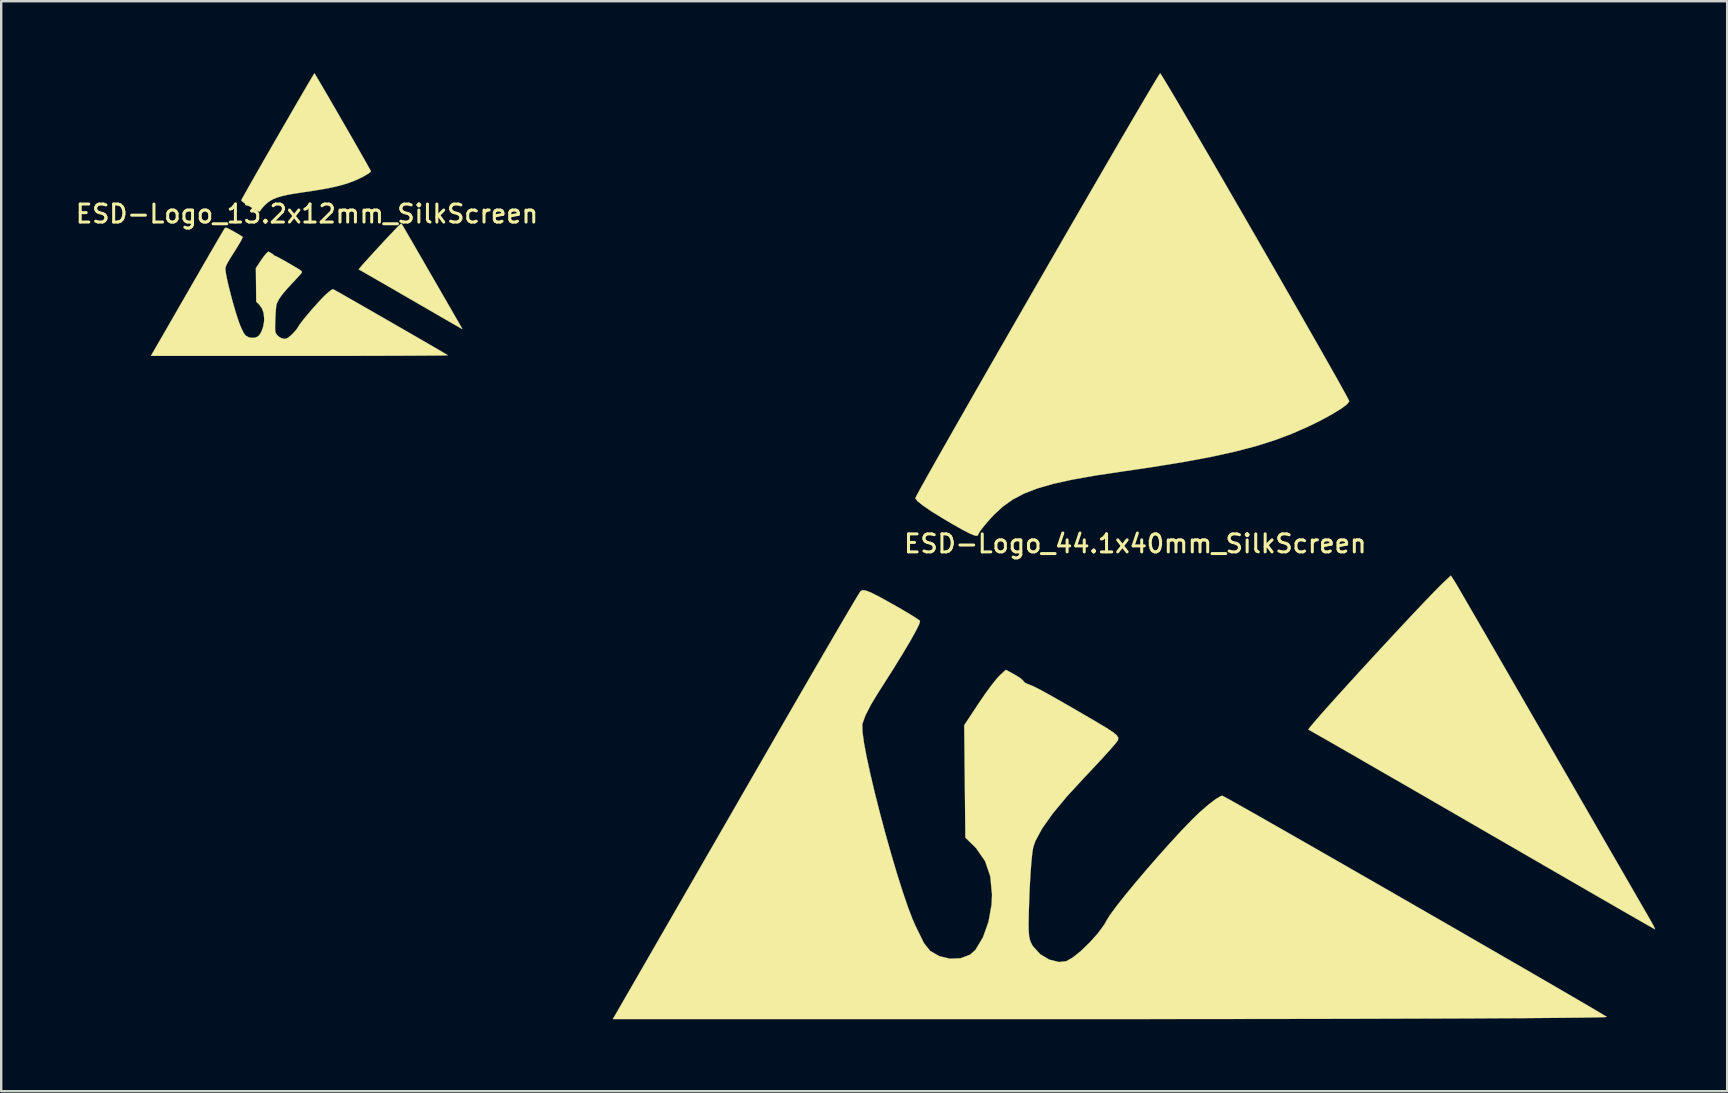
<source format=kicad_pcb>
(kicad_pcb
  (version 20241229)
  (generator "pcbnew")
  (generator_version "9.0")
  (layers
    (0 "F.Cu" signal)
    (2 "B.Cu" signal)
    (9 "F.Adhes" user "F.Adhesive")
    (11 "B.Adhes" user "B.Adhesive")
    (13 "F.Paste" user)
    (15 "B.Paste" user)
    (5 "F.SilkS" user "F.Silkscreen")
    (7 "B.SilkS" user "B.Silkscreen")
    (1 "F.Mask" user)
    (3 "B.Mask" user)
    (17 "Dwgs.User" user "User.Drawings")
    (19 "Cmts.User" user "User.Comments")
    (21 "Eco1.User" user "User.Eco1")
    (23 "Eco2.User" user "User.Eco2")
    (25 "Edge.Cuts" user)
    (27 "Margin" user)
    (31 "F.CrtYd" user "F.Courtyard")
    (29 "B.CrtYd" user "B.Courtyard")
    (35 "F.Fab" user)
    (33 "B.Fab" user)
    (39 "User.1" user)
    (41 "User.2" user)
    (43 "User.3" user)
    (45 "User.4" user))
  (footprint "ESD-Logo_13.2x12mm_SilkScreen"
    (layer "F.Cu")
    (at 9.738 5.859)
    (property "Reference" "ESD-Logo_13.2x12mm_SilkScreen" (at 0 0 0) (layer "F.SilkS") (effects (font (size 0.75 0.75) (thickness 0.125))))
    (attr exclude_from_pos_files exclude_from_bom allow_missing_courtyard)
    (fp_poly (pts (xy 3.975 0.469) (xy 3.998 0.507) (xy 4.049 0.595) (xy 4.126 0.727) (xy 4.226 0.9) (xy 4.348 1.109) (xy 4.487 1.35) (xy 4.642 1.619) (xy 4.811 1.91) (xy 4.99 2.221) (xy 5.174 2.54) (xy 5.362 2.866) (xy 5.543 3.179) (xy 5.713 3.475) (xy 5.871 3.748) (xy 6.014 3.995) (xy 6.138 4.211) (xy 6.242 4.391) (xy 6.322 4.53) (xy 6.377 4.625) (xy 6.403 4.67) (xy 6.445 4.745) (xy 6.468 4.792) (xy 6.469 4.8) (xy 6.441 4.784) (xy 6.364 4.74) (xy 6.241 4.67) (xy 6.077 4.575) (xy 5.875 4.459) (xy 5.64 4.324) (xy 5.375 4.171) (xy 5.085 4.003) (xy 4.774 3.824) (xy 4.446 3.634) (xy 4.321 3.561) (xy 3.987 3.368) (xy 3.668 3.184) (xy 3.369 3.011) (xy 3.093 2.852) (xy 2.844 2.709) (xy 2.628 2.584) (xy 2.447 2.48) (xy 2.306 2.399) (xy 2.208 2.344) (xy 2.159 2.317) (xy 2.154 2.314) (xy 2.169 2.29) (xy 2.221 2.228) (xy 2.305 2.131) (xy 2.415 2.007) (xy 2.547 1.861) (xy 2.694 1.699) (xy 2.852 1.526) (xy 3.015 1.349) (xy 3.179 1.172) (xy 3.336 1.003) (xy 3.483 0.847) (xy 3.614 0.709) (xy 3.723 0.595) (xy 3.806 0.512) (xy 3.834 0.485) (xy 3.928 0.396) (xy 3.975 0.469)) (stroke (width 0.01) (type solid)) (fill yes) (layer "F.SilkS"))
    (fp_poly (pts (xy 0.328 -5.828) (xy 0.374 -5.754) (xy 0.445 -5.635) (xy 0.538 -5.478) (xy 0.65 -5.287) (xy 0.778 -5.067) (xy 0.92 -4.825) (xy 1.071 -4.563) (xy 1.231 -4.288) (xy 1.394 -4.005) (xy 1.56 -3.718) (xy 1.724 -3.433) (xy 1.884 -3.155) (xy 2.037 -2.888) (xy 2.179 -2.638) (xy 2.309 -2.411) (xy 2.423 -2.21) (xy 2.519 -2.04) (xy 2.592 -1.908) (xy 2.641 -1.818) (xy 2.663 -1.775) (xy 2.664 -1.773) (xy 2.637 -1.736) (xy 2.562 -1.68) (xy 2.448 -1.611) (xy 2.305 -1.532) (xy 2.154 -1.458) (xy 1.949 -1.368) (xy 1.734 -1.288) (xy 1.5 -1.214) (xy 1.241 -1.146) (xy 0.949 -1.082) (xy 0.617 -1.02) (xy 0.238 -0.958) (xy -0.155 -0.9) (xy -0.496 -0.848) (xy -0.783 -0.798) (xy -1.022 -0.745) (xy -1.221 -0.687) (xy -1.386 -0.623) (xy -1.526 -0.549) (xy -1.647 -0.463) (xy -1.756 -0.362) (xy -1.792 -0.325) (xy -1.868 -0.238) (xy -1.925 -0.167) (xy -1.951 -0.125) (xy -1.951 -0.121) (xy -1.961 -0.1) (xy -1.992 -0.1) (xy -2.053 -0.123) (xy -2.15 -0.173) (xy -2.289 -0.252) (xy -2.385 -0.309) (xy -2.529 -0.398) (xy -2.641 -0.473) (xy -2.713 -0.531) (xy -2.738 -0.565) (xy -2.738 -0.565) (xy -2.722 -0.598) (xy -2.678 -0.679) (xy -2.608 -0.805) (xy -2.515 -0.97) (xy -2.401 -1.172) (xy -2.269 -1.404) (xy -2.122 -1.663) (xy -1.961 -1.944) (xy -1.79 -2.243) (xy -1.61 -2.555) (xy -1.426 -2.877) (xy -1.238 -3.203) (xy -1.05 -3.529) (xy -0.864 -3.85) (xy -0.683 -4.163) (xy -0.51 -4.463) (xy -0.346 -4.745) (xy -0.195 -5.005) (xy -0.058 -5.238) (xy 0.06 -5.441) (xy 0.159 -5.608) (xy 0.235 -5.736) (xy 0.286 -5.819) (xy 0.309 -5.854) (xy 0.31 -5.854) (xy 0.328 -5.828)) (stroke (width 0.01) (type solid)) (fill yes) (layer "F.SilkS"))
    (fp_poly (pts (xy -3.356 0.582) (xy -3.291 0.607) (xy -3.192 0.657) (xy -3.049 0.736) (xy -3.038 0.742) (xy -2.907 0.817) (xy -2.796 0.883) (xy -2.717 0.932) (xy -2.68 0.96) (xy -2.679 0.961) (xy -2.688 0.999) (xy -2.729 1.083) (xy -2.8 1.21) (xy -2.897 1.374) (xy -3.019 1.57) (xy -3.162 1.795) (xy -3.197 1.85) (xy -3.29 2.003) (xy -3.357 2.135) (xy -3.394 2.234) (xy -3.397 2.253) (xy -3.396 2.339) (xy -3.377 2.474) (xy -3.344 2.652) (xy -3.299 2.862) (xy -3.243 3.096) (xy -3.18 3.345) (xy -3.112 3.601) (xy -3.04 3.855) (xy -2.968 4.098) (xy -2.898 4.322) (xy -2.831 4.518) (xy -2.771 4.676) (xy -2.729 4.77) (xy -2.679 4.87) (xy -2.633 4.966) (xy -2.63 4.972) (xy -2.553 5.068) (xy -2.44 5.134) (xy -2.308 5.165) (xy -2.175 5.16) (xy -2.058 5.116) (xy -1.991 5.059) (xy -1.896 4.901) (xy -1.827 4.705) (xy -1.788 4.49) (xy -1.783 4.368) (xy -1.805 4.14) (xy -1.869 3.951) (xy -1.979 3.793) (xy -2.013 3.757) (xy -2.115 3.658) (xy -2.129 2.259) (xy -1.95 1.989) (xy -1.867 1.867) (xy -1.786 1.757) (xy -1.72 1.675) (xy -1.692 1.644) (xy -1.611 1.57) (xy -1.503 1.628) (xy -1.434 1.67) (xy -1.396 1.703) (xy -1.394 1.709) (xy -1.368 1.733) (xy -1.324 1.752) (xy -1.282 1.769) (xy -1.217 1.8) (xy -1.123 1.85) (xy -0.996 1.921) (xy -0.83 2.016) (xy -0.619 2.139) (xy -0.504 2.206) (xy -0.369 2.286) (xy -0.28 2.343) (xy -0.23 2.384) (xy -0.211 2.415) (xy -0.215 2.443) (xy -0.218 2.45) (xy -0.249 2.491) (xy -0.316 2.567) (xy -0.41 2.671) (xy -0.524 2.794) (xy -0.623 2.898) (xy -0.85 3.145) (xy -1.028 3.359) (xy -1.158 3.542) (xy -1.241 3.697) (xy -1.27 3.776) (xy -1.281 3.844) (xy -1.293 3.962) (xy -1.305 4.114) (xy -1.314 4.288) (xy -1.319 4.399) (xy -1.325 4.589) (xy -1.328 4.728) (xy -1.326 4.827) (xy -1.32 4.896) (xy -1.307 4.945) (xy -1.287 4.987) (xy -1.272 5.012) (xy -1.183 5.109) (xy -1.069 5.177) (xy -0.949 5.207) (xy -0.858 5.196) (xy -0.777 5.15) (xy -0.675 5.067) (xy -0.566 4.962) (xy -0.465 4.849) (xy -0.387 4.743) (xy -0.358 4.692) (xy -0.315 4.622) (xy -0.236 4.515) (xy -0.13 4.38) (xy -0.002 4.224) (xy 0.139 4.058) (xy 0.288 3.887) (xy 0.435 3.722) (xy 0.575 3.571) (xy 0.7 3.441) (xy 0.799 3.345) (xy 0.908 3.25) (xy 0.999 3.18) (xy 1.064 3.142) (xy 1.085 3.138) (xy 1.118 3.155) (xy 1.199 3.2) (xy 1.325 3.27) (xy 1.49 3.364) (xy 1.691 3.478) (xy 1.921 3.609) (xy 2.176 3.755) (xy 2.452 3.914) (xy 2.744 4.081) (xy 3.048 4.255) (xy 3.358 4.433) (xy 3.669 4.613) (xy 3.978 4.79) (xy 4.279 4.964) (xy 4.568 5.131) (xy 4.839 5.288) (xy 5.089 5.433) (xy 5.313 5.562) (xy 5.505 5.674) (xy 5.662 5.766) (xy 5.777 5.834) (xy 5.848 5.877) (xy 5.868 5.89) (xy 5.841 5.893) (xy 5.754 5.895) (xy 5.611 5.898) (xy 5.415 5.9) (xy 5.169 5.902) (xy 4.875 5.904) (xy 4.536 5.906) (xy 4.156 5.908) (xy 3.736 5.91) (xy 3.281 5.911) (xy 2.792 5.913) (xy 2.274 5.914) (xy 1.728 5.915) (xy 1.157 5.916) (xy 0.565 5.916) (xy -0.046 5.916) (xy -0.302 5.916) (xy -6.502 5.916) (xy -6.06 5.15) (xy -5.966 4.987) (xy -5.846 4.778) (xy -5.702 4.53) (xy -5.54 4.248) (xy -5.363 3.941) (xy -5.176 3.615) (xy -4.981 3.278) (xy -4.784 2.935) (xy -4.588 2.595) (xy -4.538 2.509) (xy -4.358 2.196) (xy -4.185 1.898) (xy -4.024 1.619) (xy -3.876 1.365) (xy -3.745 1.139) (xy -3.632 0.946) (xy -3.54 0.79) (xy -3.473 0.677) (xy -3.432 0.609) (xy -3.42 0.592) (xy -3.396 0.578) (xy -3.356 0.582)) (stroke (width 0.01) (type solid)) (fill yes) (layer "F.SilkS")))
  (footprint "ESD-Logo_44.1x40mm_SilkScreen"
    (layer "F.Cu")
    (at 44.242 19.599)
    (property "Reference" "ESD-Logo_44.1x40mm_SilkScreen" (at 0 0 0) (layer "F.SilkS") (effects (font (size 0.75 0.75) (thickness 0.125))))
    (attr exclude_from_pos_files exclude_from_bom allow_missing_courtyard)
    (fp_poly (pts (xy 13.304 1.571) (xy 13.38 1.698) (xy 13.552 1.991) (xy 13.809 2.434) (xy 14.145 3.013) (xy 14.551 3.713) (xy 15.018 4.52) (xy 15.537 5.418) (xy 16.101 6.394) (xy 16.7 7.432) (xy 17.317 8.501) (xy 17.947 9.593) (xy 18.551 10.641) (xy 19.122 11.631) (xy 19.65 12.546) (xy 20.127 13.372) (xy 20.543 14.094) (xy 20.891 14.696) (xy 21.161 15.163) (xy 21.344 15.48) (xy 21.43 15.629) (xy 21.571 15.88) (xy 21.648 16.037) (xy 21.652 16.065) (xy 21.559 16.013) (xy 21.3 15.866) (xy 20.888 15.63) (xy 20.338 15.314) (xy 19.663 14.925) (xy 18.875 14.471) (xy 17.99 13.96) (xy 17.02 13.399) (xy 15.979 12.797) (xy 14.88 12.162) (xy 14.462 11.92) (xy 13.344 11.273) (xy 12.277 10.656) (xy 11.275 10.077) (xy 10.351 9.545) (xy 9.52 9.066) (xy 8.795 8.648) (xy 8.189 8.3) (xy 7.717 8.03) (xy 7.391 7.845) (xy 7.227 7.753) (xy 7.21 7.745) (xy 7.26 7.666) (xy 7.434 7.456) (xy 7.715 7.133) (xy 8.085 6.717) (xy 8.525 6.228) (xy 9.018 5.685) (xy 9.547 5.107) (xy 10.093 4.513) (xy 10.638 3.924) (xy 11.166 3.358) (xy 11.657 2.834) (xy 12.095 2.373) (xy 12.461 1.993) (xy 12.738 1.714) (xy 12.833 1.622) (xy 13.148 1.327) (xy 13.304 1.571)) (stroke (width 0.01) (type solid)) (fill yes) (layer "F.SilkS"))
    (fp_poly (pts (xy 1.098 -19.507) (xy 1.252 -19.257) (xy 1.49 -18.86) (xy 1.801 -18.334) (xy 2.175 -17.695) (xy 2.604 -16.961) (xy 3.078 -16.147) (xy 3.586 -15.272) (xy 4.119 -14.352) (xy 4.667 -13.404) (xy 5.22 -12.444) (xy 5.77 -11.49) (xy 6.305 -10.559) (xy 6.816 -9.667) (xy 7.294 -8.831) (xy 7.729 -8.068) (xy 8.111 -7.395) (xy 8.43 -6.829) (xy 8.676 -6.387) (xy 8.841 -6.086) (xy 8.913 -5.942) (xy 8.916 -5.933) (xy 8.826 -5.811) (xy 8.576 -5.624) (xy 8.195 -5.39) (xy 7.713 -5.129) (xy 7.209 -4.881) (xy 6.524 -4.58) (xy 5.802 -4.309) (xy 5.021 -4.063) (xy 4.154 -3.836) (xy 3.178 -3.621) (xy 2.067 -3.413) (xy 0.796 -3.205) (xy -0.519 -3.011) (xy -1.661 -2.84) (xy -2.62 -2.67) (xy -3.421 -2.493) (xy -4.086 -2.301) (xy -4.64 -2.085) (xy -5.108 -1.838) (xy -5.512 -1.55) (xy -5.878 -1.212) (xy -5.996 -1.087) (xy -6.252 -0.796) (xy -6.441 -0.558) (xy -6.529 -0.418) (xy -6.531 -0.406) (xy -6.562 -0.336) (xy -6.669 -0.335) (xy -6.873 -0.413) (xy -7.196 -0.58) (xy -7.66 -0.844) (xy -7.983 -1.034) (xy -8.464 -1.33) (xy -8.838 -1.585) (xy -9.079 -1.778) (xy -9.163 -1.892) (xy -9.163 -1.893) (xy -9.111 -2.001) (xy -8.964 -2.273) (xy -8.73 -2.694) (xy -8.418 -3.248) (xy -8.037 -3.921) (xy -7.595 -4.699) (xy -7.101 -5.565) (xy -6.563 -6.507) (xy -5.99 -7.507) (xy -5.389 -8.553) (xy -4.771 -9.628) (xy -4.143 -10.719) (xy -3.514 -11.81) (xy -2.893 -12.886) (xy -2.287 -13.934) (xy -1.706 -14.936) (xy -1.158 -15.881) (xy -0.652 -16.751) (xy -0.196 -17.532) (xy 0.202 -18.21) (xy 0.532 -18.77) (xy 0.787 -19.197) (xy 0.957 -19.476) (xy 1.034 -19.592) (xy 1.037 -19.594) (xy 1.098 -19.507)) (stroke (width 0.01) (type solid)) (fill yes) (layer "F.SilkS"))
    (fp_poly (pts (xy -11.232 1.949) (xy -11.014 2.033) (xy -10.682 2.2) (xy -10.206 2.463) (xy -10.169 2.483) (xy -9.73 2.734) (xy -9.359 2.954) (xy -9.094 3.121) (xy -8.97 3.212) (xy -8.966 3.216) (xy -8.996 3.343) (xy -9.134 3.625) (xy -9.37 4.049) (xy -9.696 4.597) (xy -10.103 5.256) (xy -10.581 6.008) (xy -10.701 6.193) (xy -11.011 6.705) (xy -11.237 7.146) (xy -11.358 7.476) (xy -11.371 7.541) (xy -11.365 7.827) (xy -11.303 8.282) (xy -11.192 8.875) (xy -11.04 9.578) (xy -10.855 10.361) (xy -10.644 11.196) (xy -10.415 12.053) (xy -10.176 12.903) (xy -9.935 13.717) (xy -9.699 14.466) (xy -9.476 15.12) (xy -9.274 15.651) (xy -9.133 15.966) (xy -8.968 16.301) (xy -8.811 16.622) (xy -8.802 16.64) (xy -8.543 16.964) (xy -8.165 17.182) (xy -7.725 17.287) (xy -7.28 17.27) (xy -6.887 17.124) (xy -6.665 16.931) (xy -6.347 16.404) (xy -6.113 15.747) (xy -5.985 15.026) (xy -5.967 14.618) (xy -6.04 13.856) (xy -6.255 13.225) (xy -6.622 12.694) (xy -6.737 12.576) (xy -7.078 12.245) (xy -7.101 9.903) (xy -7.125 7.561) (xy -6.528 6.657) (xy -6.248 6.248) (xy -5.978 5.881) (xy -5.757 5.605) (xy -5.662 5.504) (xy -5.393 5.253) (xy -5.029 5.449) (xy -4.799 5.59) (xy -4.673 5.699) (xy -4.665 5.719) (xy -4.579 5.802) (xy -4.432 5.864) (xy -4.29 5.919) (xy -4.072 6.025) (xy -3.76 6.192) (xy -3.335 6.43) (xy -2.778 6.748) (xy -2.071 7.159) (xy -1.686 7.383) (xy -1.234 7.652) (xy -0.938 7.843) (xy -0.771 7.979) (xy -0.707 8.083) (xy -0.72 8.177) (xy -0.73 8.199) (xy -0.834 8.336) (xy -1.057 8.593) (xy -1.372 8.941) (xy -1.754 9.352) (xy -2.084 9.7) (xy -2.845 10.527) (xy -3.44 11.243) (xy -3.875 11.856) (xy -4.155 12.374) (xy -4.249 12.637) (xy -4.288 12.867) (xy -4.328 13.26) (xy -4.366 13.77) (xy -4.399 14.353) (xy -4.414 14.722) (xy -4.435 15.359) (xy -4.444 15.825) (xy -4.439 16.155) (xy -4.416 16.386) (xy -4.374 16.552) (xy -4.308 16.691) (xy -4.257 16.775) (xy -3.96 17.101) (xy -3.577 17.328) (xy -3.175 17.427) (xy -2.873 17.391) (xy -2.6 17.236) (xy -2.258 16.959) (xy -1.894 16.607) (xy -1.557 16.229) (xy -1.295 15.875) (xy -1.199 15.703) (xy -1.054 15.468) (xy -0.792 15.111) (xy -0.434 14.658) (xy -0.007 14.139) (xy 0.467 13.58) (xy 0.963 13.011) (xy 1.457 12.458) (xy 1.925 11.951) (xy 2.344 11.516) (xy 2.673 11.197) (xy 3.038 10.878) (xy 3.345 10.643) (xy 3.56 10.516) (xy 3.631 10.502) (xy 3.741 10.558) (xy 4.014 10.709) (xy 4.435 10.946) (xy 4.989 11.259) (xy 5.658 11.641) (xy 6.429 12.08) (xy 7.284 12.569) (xy 8.208 13.098) (xy 9.186 13.659) (xy 10.201 14.242) (xy 11.238 14.838) (xy 12.281 15.438) (xy 13.314 16.033) (xy 14.321 16.615) (xy 15.288 17.173) (xy 16.197 17.698) (xy 17.034 18.183) (xy 17.782 18.617) (xy 18.425 18.992) (xy 18.949 19.298) (xy 19.337 19.527) (xy 19.573 19.669) (xy 19.641 19.713) (xy 19.549 19.722) (xy 19.259 19.731) (xy 18.781 19.739) (xy 18.125 19.747) (xy 17.3 19.754) (xy 16.316 19.762) (xy 15.182 19.768) (xy 13.909 19.775) (xy 12.505 19.78) (xy 10.981 19.785) (xy 9.346 19.79) (xy 7.61 19.794) (xy 5.782 19.797) (xy 3.873 19.799) (xy 1.891 19.801) (xy -0.153 19.802) (xy -1.011 19.802) (xy -21.762 19.802) (xy -20.282 17.236) (xy -19.969 16.692) (xy -19.566 15.993) (xy -19.086 15.16) (xy -18.543 14.218) (xy -17.951 13.19) (xy -17.322 12.1) (xy -16.671 10.97) (xy -16.011 9.824) (xy -15.355 8.685) (xy -15.19 8.398) (xy -14.585 7.349) (xy -14.008 6.351) (xy -13.468 5.419) (xy -12.974 4.568) (xy -12.534 3.812) (xy -12.156 3.166) (xy -11.849 2.645) (xy -11.623 2.265) (xy -11.485 2.039) (xy -11.447 1.982) (xy -11.366 1.936) (xy -11.232 1.949)) (stroke (width 0.01) (type solid)) (fill yes) (layer "F.SilkS")))
  (gr_rect
    (start -3 -3)
    (end 68.899 42.406)
    (stroke (width 0.1) (type default))
    (fill no)
    (layer "Edge.Cuts")))
</source>
